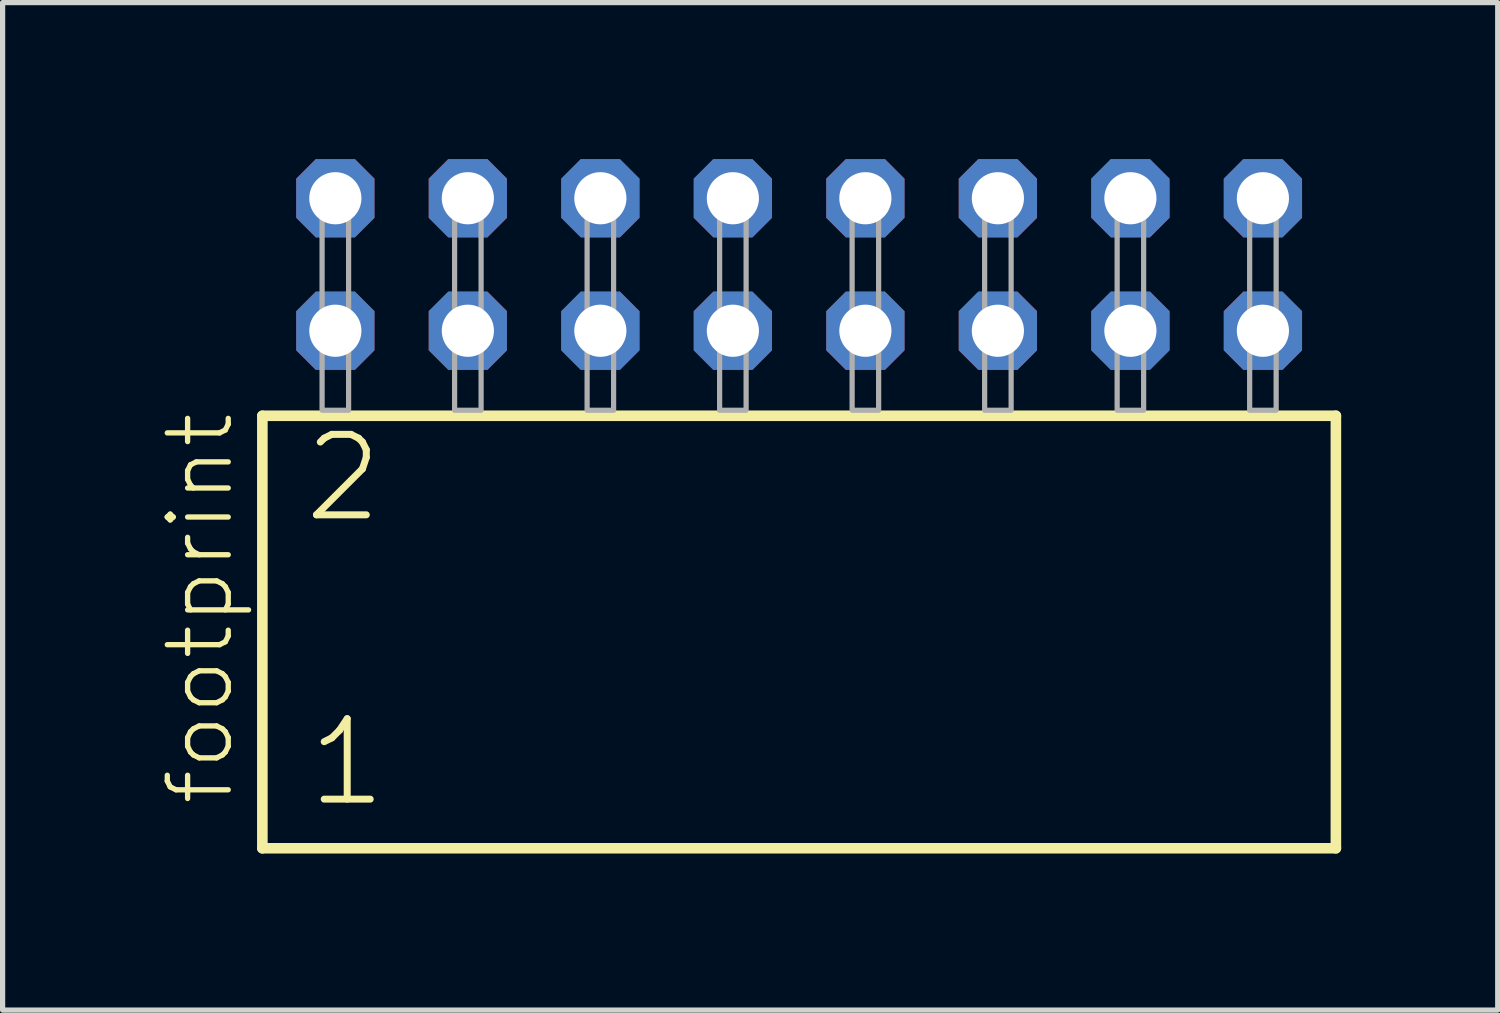
<source format=kicad_pcb>
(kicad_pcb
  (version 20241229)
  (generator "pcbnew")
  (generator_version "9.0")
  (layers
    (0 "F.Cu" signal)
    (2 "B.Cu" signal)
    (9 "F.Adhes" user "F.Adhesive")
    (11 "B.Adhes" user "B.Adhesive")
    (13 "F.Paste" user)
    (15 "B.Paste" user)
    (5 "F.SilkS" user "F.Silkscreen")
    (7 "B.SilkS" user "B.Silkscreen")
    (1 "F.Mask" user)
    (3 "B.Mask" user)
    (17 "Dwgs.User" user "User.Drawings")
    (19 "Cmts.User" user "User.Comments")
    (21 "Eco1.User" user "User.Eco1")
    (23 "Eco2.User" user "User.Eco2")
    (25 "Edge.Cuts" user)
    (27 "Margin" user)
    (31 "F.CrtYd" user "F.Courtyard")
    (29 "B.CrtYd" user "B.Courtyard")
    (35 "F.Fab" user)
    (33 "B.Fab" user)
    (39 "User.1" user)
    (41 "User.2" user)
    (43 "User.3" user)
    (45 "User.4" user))
  (footprint "footprint"
    (layer "F.Cu")
    (at 12.268 4.814)
    (property "Reference" "footprint" (at -10.795 7.62 90) (layer "F.SilkS") (effects (font (size 1.168 1.168) (thickness 0.102)) (justify left bottom)))
    (fp_line (start -10.289 0.106) (end -10.289 8.396) (stroke (width 0.203) (type solid)) (layer "F.SilkS"))
    (fp_line (start -10.289 8.396) (end 10.289 8.396) (stroke (width 0.203) (type solid)) (layer "F.SilkS"))
    (fp_line (start 10.289 0.106) (end -10.289 0.106) (stroke (width 0.203) (type solid)) (layer "F.SilkS"))
    (fp_line (start 10.289 8.396) (end 10.289 0.106) (stroke (width 0.203) (type solid)) (layer "F.SilkS"))
    (fp_poly (pts (xy -9.144 0) (xy -8.636 0) (xy -8.636 -4.318) (xy -9.144 -4.318)) (stroke (width 0.1) (type solid)) (fill no) (layer "F.Fab"))
    (fp_poly (pts (xy -6.604 0) (xy -6.096 0) (xy -6.096 -4.318) (xy -6.604 -4.318)) (stroke (width 0.1) (type solid)) (fill no) (layer "F.Fab"))
    (fp_poly (pts (xy -4.064 0) (xy -3.556 0) (xy -3.556 -4.318) (xy -4.064 -4.318)) (stroke (width 0.1) (type solid)) (fill no) (layer "F.Fab"))
    (fp_poly (pts (xy -1.524 0) (xy -1.016 0) (xy -1.016 -4.318) (xy -1.524 -4.318)) (stroke (width 0.1) (type solid)) (fill no) (layer "F.Fab"))
    (fp_poly (pts (xy 1.016 0) (xy 1.524 0) (xy 1.524 -4.318) (xy 1.016 -4.318)) (stroke (width 0.1) (type solid)) (fill no) (layer "F.Fab"))
    (fp_poly (pts (xy 3.556 0) (xy 4.064 0) (xy 4.064 -4.318) (xy 3.556 -4.318)) (stroke (width 0.1) (type solid)) (fill no) (layer "F.Fab"))
    (fp_poly (pts (xy 6.096 0) (xy 6.604 0) (xy 6.604 -4.318) (xy 6.096 -4.318)) (stroke (width 0.1) (type solid)) (fill no) (layer "F.Fab"))
    (fp_poly (pts (xy 8.636 0) (xy 9.144 0) (xy 9.144 -4.318) (xy 8.636 -4.318)) (stroke (width 0.1) (type solid)) (fill no) (layer "F.Fab"))
    (fp_text user "2" (at -9.56 2.2 0) (layer "F.SilkS") (effects (font (size 1.542 1.542) (thickness 0.134)) (justify left bottom)))
    (fp_text user "1" (at -9.485 7.65 0) (layer "F.SilkS") (effects (font (size 1.542 1.542) (thickness 0.134)) (justify left bottom)))
    (pad "1" thru_hole roundrect (at -8.89 -1.524) (size 1.5 1.5) (drill 1) (layers "*.Cu" "*.Mask") (roundrect_rratio 0.25) (chamfer_ratio 0.25) (chamfer top_left top_right bottom_left bottom_right))
    (pad "2" thru_hole roundrect (at -8.89 -4.064) (size 1.5 1.5) (drill 1) (layers "*.Cu" "*.Mask") (roundrect_rratio 0.25) (chamfer_ratio 0.25) (chamfer top_left top_right bottom_left bottom_right))
    (pad "3" thru_hole roundrect (at -6.35 -1.524) (size 1.5 1.5) (drill 1) (layers "*.Cu" "*.Mask") (roundrect_rratio 0.25) (chamfer_ratio 0.25) (chamfer top_left top_right bottom_left bottom_right))
    (pad "4" thru_hole roundrect (at -6.35 -4.064) (size 1.5 1.5) (drill 1) (layers "*.Cu" "*.Mask") (roundrect_rratio 0.25) (chamfer_ratio 0.25) (chamfer top_left top_right bottom_left bottom_right))
    (pad "5" thru_hole roundrect (at -3.81 -1.524) (size 1.5 1.5) (drill 1) (layers "*.Cu" "*.Mask") (roundrect_rratio 0.25) (chamfer_ratio 0.25) (chamfer top_left top_right bottom_left bottom_right))
    (pad "6" thru_hole roundrect (at -3.81 -4.064) (size 1.5 1.5) (drill 1) (layers "*.Cu" "*.Mask") (roundrect_rratio 0.25) (chamfer_ratio 0.25) (chamfer top_left top_right bottom_left bottom_right))
    (pad "7" thru_hole roundrect (at -1.27 -1.524) (size 1.5 1.5) (drill 1) (layers "*.Cu" "*.Mask") (roundrect_rratio 0.25) (chamfer_ratio 0.25) (chamfer top_left top_right bottom_left bottom_right))
    (pad "8" thru_hole roundrect (at -1.27 -4.064) (size 1.5 1.5) (drill 1) (layers "*.Cu" "*.Mask") (roundrect_rratio 0.25) (chamfer_ratio 0.25) (chamfer top_left top_right bottom_left bottom_right))
    (pad "9" thru_hole roundrect (at 1.27 -1.524) (size 1.5 1.5) (drill 1) (layers "*.Cu" "*.Mask") (roundrect_rratio 0.25) (chamfer_ratio 0.25) (chamfer top_left top_right bottom_left bottom_right))
    (pad "10" thru_hole roundrect (at 1.27 -4.064) (size 1.5 1.5) (drill 1) (layers "*.Cu" "*.Mask") (roundrect_rratio 0.25) (chamfer_ratio 0.25) (chamfer top_left top_right bottom_left bottom_right))
    (pad "11" thru_hole roundrect (at 3.81 -1.524) (size 1.5 1.5) (drill 1) (layers "*.Cu" "*.Mask") (roundrect_rratio 0.25) (chamfer_ratio 0.25) (chamfer top_left top_right bottom_left bottom_right))
    (pad "12" thru_hole roundrect (at 3.81 -4.064) (size 1.5 1.5) (drill 1) (layers "*.Cu" "*.Mask") (roundrect_rratio 0.25) (chamfer_ratio 0.25) (chamfer top_left top_right bottom_left bottom_right))
    (pad "13" thru_hole roundrect (at 6.35 -1.524) (size 1.5 1.5) (drill 1) (layers "*.Cu" "*.Mask") (roundrect_rratio 0.25) (chamfer_ratio 0.25) (chamfer top_left top_right bottom_left bottom_right))
    (pad "14" thru_hole roundrect (at 6.35 -4.064) (size 1.5 1.5) (drill 1) (layers "*.Cu" "*.Mask") (roundrect_rratio 0.25) (chamfer_ratio 0.25) (chamfer top_left top_right bottom_left bottom_right))
    (pad "15" thru_hole roundrect (at 8.89 -1.524) (size 1.5 1.5) (drill 1) (layers "*.Cu" "*.Mask") (roundrect_rratio 0.25) (chamfer_ratio 0.25) (chamfer top_left top_right bottom_left bottom_right))
    (pad "16" thru_hole roundrect (at 8.89 -4.064) (size 1.5 1.5) (drill 1) (layers "*.Cu" "*.Mask") (roundrect_rratio 0.25) (chamfer_ratio 0.25) (chamfer top_left top_right bottom_left bottom_right)))
  (gr_rect
    (start -3 -3)
    (end 25.659 16.312)
    (stroke (width 0.1) (type default))
    (fill no)
    (layer "Edge.Cuts")))
</source>
